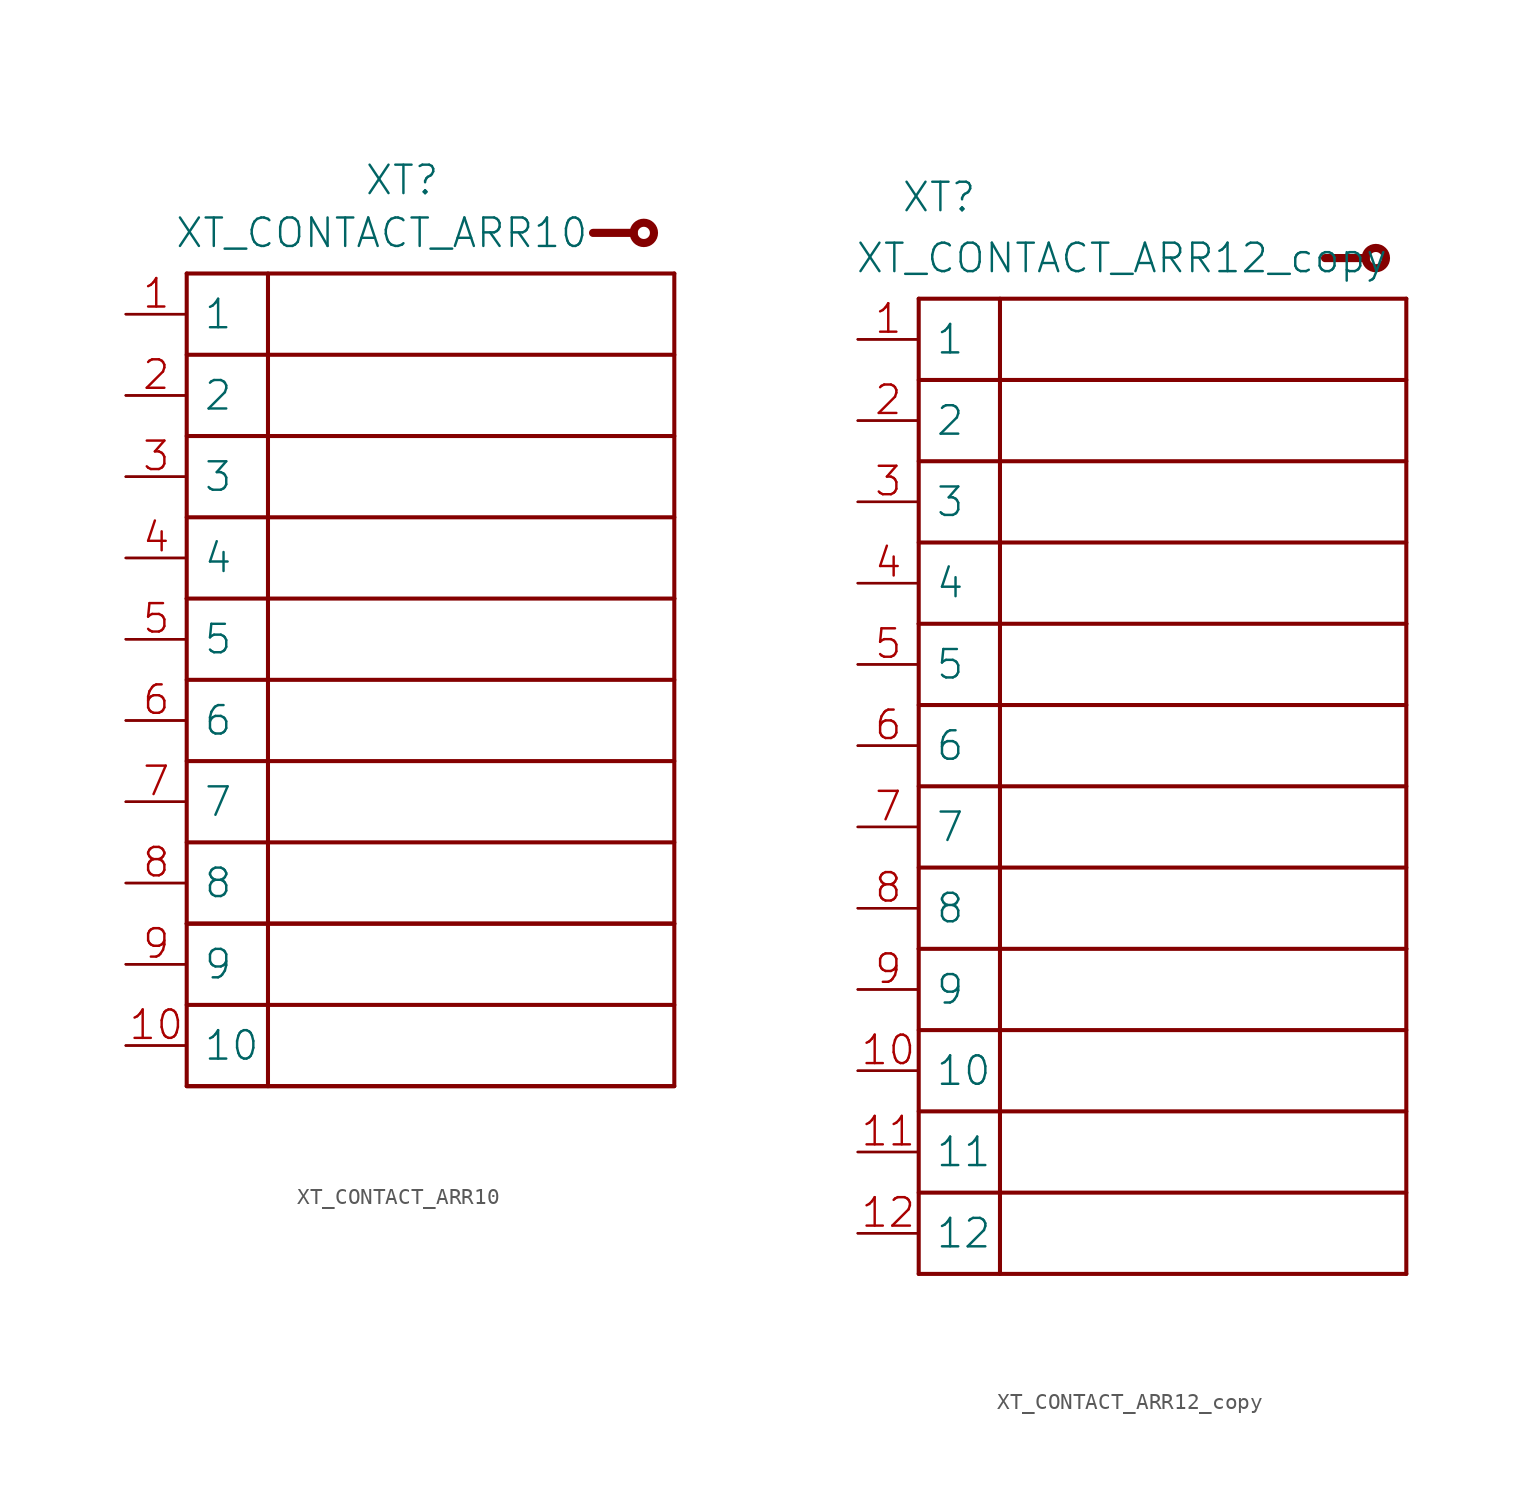
<source format=kicad_sym>
(kicad_symbol_lib
  (version 20211014)
  (generator kicad_symbol_editor)
  (symbol "XT_CONTACT_ARR10"
    (pin_names
      (offset 1.016))
    (property "Reference" "XT"
      (at -0.508 16.002 0)
      (effects (font (size 1.778 1.778))))
    (property "Value" "XT_CONTACT_ARR10"
      (at -1.778 12.7 0)
      (effects (font (size 1.778 1.778))))
    (symbol "XT_CONTACT_ARR10_0_1"
      (rectangle (start -13.97 -30.48) (end 16.51 -40.64) (stroke (width 0.254) (type default) (color 0 0 0 0)) (fill (type none)))
      (polyline (pts (xy -8.89 -30.48) (xy -8.89 -40.64)) (stroke (width 0.254) (type default) (color 0 0 0 0)) (fill (type none)))
      (pin passive line (at -17.78 2.54 0) (length 3.81) (name "2" (effects (font (size 1.778 1.778)))) (number "2" (effects (font (size 1.778 1.778))))))
    (symbol "XT_CONTACT_ARR10_1_1"
      (polyline (pts (xy -17.78 -38.1) (xy -13.97 -38.1)) (stroke (width 0) (type default) (color 0 0 0 0)) (fill (type none)))
      (polyline (pts (xy -17.78 -33.02) (xy -13.97 -33.02)) (stroke (width 0) (type default) (color 0 0 0 0)) (fill (type none)))
      (polyline (pts (xy -17.78 -27.94) (xy -13.97 -27.94)) (stroke (width 0) (type default) (color 0 0 0 0)) (fill (type none)))
      (polyline (pts (xy -17.78 -22.86) (xy -13.97 -22.86)) (stroke (width 0) (type default) (color 0 0 0 0)) (fill (type none)))
      (polyline (pts (xy -17.78 -17.78) (xy -13.97 -17.78)) (stroke (width 0) (type default) (color 0 0 0 0)) (fill (type none)))
      (polyline (pts (xy -17.78 -12.7) (xy -13.97 -12.7)) (stroke (width 0) (type default) (color 0 0 0 0)) (fill (type none)))
      (polyline (pts (xy -17.78 -7.62) (xy -13.97 -7.62)) (stroke (width 0) (type default) (color 0 0 0 0)) (fill (type none)))
      (polyline (pts (xy -17.78 -2.54) (xy -13.97 -2.54)) (stroke (width 0) (type default) (color 0 0 0 0)) (fill (type none)))
      (polyline (pts (xy -17.78 2.54) (xy -13.97 2.54)) (stroke (width 0) (type default) (color 0 0 0 0)) (fill (type none)))
      (polyline (pts (xy -17.78 7.62) (xy -13.97 7.62)) (stroke (width 0) (type default) (color 0 0 0 0)) (fill (type none)))
      (polyline (pts (xy -13.97 -40.64) (xy 16.51 -40.64)) (stroke (width 0.254) (type default) (color 0 0 0 0)) (fill (type none)))
      (polyline (pts (xy -13.97 -35.56) (xy 16.51 -35.56)) (stroke (width 0.254) (type default) (color 0 0 0 0)) (fill (type none)))
      (polyline (pts (xy -13.97 -30.48) (xy 16.51 -30.48)) (stroke (width 0.254) (type default) (color 0 0 0 0)) (fill (type none)))
      (polyline (pts (xy -13.97 -25.4) (xy 16.51 -25.4)) (stroke (width 0.254) (type default) (color 0 0 0 0)) (fill (type none)))
      (polyline (pts (xy -13.97 -20.32) (xy 16.51 -20.32)) (stroke (width 0.254) (type default) (color 0 0 0 0)) (fill (type none)))
      (polyline (pts (xy -13.97 -15.24) (xy 16.51 -15.24)) (stroke (width 0.254) (type default) (color 0 0 0 0)) (fill (type none)))
      (polyline (pts (xy -13.97 -10.16) (xy -13.97 -30.48)) (stroke (width 0.254) (type default) (color 0 0 0 0)) (fill (type none)))
      (polyline (pts (xy -13.97 -10.16) (xy 16.51 -10.16)) (stroke (width 0.254) (type default) (color 0 0 0 0)) (fill (type none)))
      (polyline (pts (xy -13.97 -5.08) (xy 16.51 -5.08)) (stroke (width 0.254) (type default) (color 0 0 0 0)) (fill (type none)))
      (polyline (pts (xy -13.97 0) (xy 16.51 0)) (stroke (width 0.254) (type default) (color 0 0 0 0)) (fill (type none)))
      (polyline (pts (xy -13.97 5.08) (xy 16.51 5.08)) (stroke (width 0.254) (type default) (color 0 0 0 0)) (fill (type none)))
      (polyline (pts (xy -13.97 10.16) (xy -13.97 -10.16)) (stroke (width 0.254) (type default) (color 0 0 0 0)) (fill (type none)))
      (polyline (pts (xy -13.97 10.16) (xy 16.51 10.16)) (stroke (width 0.254) (type default) (color 0 0 0 0)) (fill (type none)))
      (polyline (pts (xy -8.89 -10.16) (xy -8.89 -30.48)) (stroke (width 0.254) (type default) (color 0 0 0 0)) (fill (type none)))
      (polyline (pts (xy -8.89 10.16) (xy -8.89 -10.16)) (stroke (width 0.254) (type default) (color 0 0 0 0)) (fill (type none)))
      (polyline (pts (xy 13.97 12.7) (xy 11.43 12.7)) (stroke (width 0.508) (type default) (color 0 0 0 0)) (fill (type none)))
      (polyline (pts (xy 16.51 -10.16) (xy 16.51 -30.48)) (stroke (width 0.254) (type default) (color 0 0 0 0)) (fill (type none)))
      (polyline (pts (xy 16.51 10.16) (xy 16.51 -10.16)) (stroke (width 0.254) (type default) (color 0 0 0 0)) (fill (type none)))
      (circle (center 14.605 12.7) (radius 0.635) (stroke (width 0.508) (type default) (color 0 0 0 0)) (fill (type none)))
      (pin passive line (at -17.78 7.62 0) (length 3.81) (name "1" (effects (font (size 1.778 1.778)))) (number "1" (effects (font (size 1.778 1.778)))))
      (pin passive line (at -17.78 -38.1 0) (length 3.81) (name "10" (effects (font (size 1.778 1.778)))) (number "10" (effects (font (size 1.778 1.778)))))
      (pin passive line (at -17.78 -2.54 0) (length 3.81) (name "3" (effects (font (size 1.778 1.778)))) (number "3" (effects (font (size 1.778 1.778)))))
      (pin passive line (at -17.78 -7.62 0) (length 3.81) (name "4" (effects (font (size 1.778 1.778)))) (number "4" (effects (font (size 1.778 1.778)))))
      (pin passive line (at -17.78 -12.7 0) (length 3.81) (name "5" (effects (font (size 1.778 1.778)))) (number "5" (effects (font (size 1.778 1.778)))))
      (pin passive line (at -17.78 -17.78 0) (length 3.81) (name "6" (effects (font (size 1.778 1.778)))) (number "6" (effects (font (size 1.778 1.778)))))
      (pin passive line (at -17.78 -22.86 0) (length 3.81) (name "7" (effects (font (size 1.778 1.778)))) (number "7" (effects (font (size 1.778 1.778)))))
      (pin passive line (at -17.78 -27.94 0) (length 3.81) (name "8" (effects (font (size 1.778 1.778)))) (number "8" (effects (font (size 1.778 1.778)))))
      (pin passive line (at -17.78 -33.02 0) (length 3.81) (name "9" (effects (font (size 1.778 1.778)))) (number "9" (effects (font (size 1.778 1.778)))))))
  (symbol "XT_CONTACT_ARR12_copy"
    (pin_names
      (offset 1.016))
    (property "Reference" "XT"
      (at -12.7 16.51 0)
      (effects (font (size 1.778 1.778))))
    (property "Value" "XT_CONTACT_ARR12_copy"
      (at -1.27 12.7 0)
      (effects (font (size 1.778 1.778))))
    (symbol "XT_CONTACT_ARR12_copy_0_1"
      (pin passive line (at -17.78 2.54 0) (length 3.81) (name "2" (effects (font (size 1.778 1.778)))) (number "2" (effects (font (size 1.778 1.778))))))
    (symbol "XT_CONTACT_ARR12_copy_1_1"
      (polyline (pts (xy -17.78 -48.26) (xy -13.97 -48.26)) (stroke (width 0) (type default) (color 0 0 0 0)) (fill (type none)))
      (polyline (pts (xy -17.78 -43.18) (xy -13.97 -43.18)) (stroke (width 0) (type default) (color 0 0 0 0)) (fill (type none)))
      (polyline (pts (xy -17.78 -38.1) (xy -13.97 -38.1)) (stroke (width 0) (type default) (color 0 0 0 0)) (fill (type none)))
      (polyline (pts (xy -17.78 -33.02) (xy -13.97 -33.02)) (stroke (width 0) (type default) (color 0 0 0 0)) (fill (type none)))
      (polyline (pts (xy -17.78 -27.94) (xy -13.97 -27.94)) (stroke (width 0) (type default) (color 0 0 0 0)) (fill (type none)))
      (polyline (pts (xy -17.78 -22.86) (xy -13.97 -22.86)) (stroke (width 0) (type default) (color 0 0 0 0)) (fill (type none)))
      (polyline (pts (xy -17.78 -17.78) (xy -13.97 -17.78)) (stroke (width 0) (type default) (color 0 0 0 0)) (fill (type none)))
      (polyline (pts (xy -17.78 -12.7) (xy -13.97 -12.7)) (stroke (width 0) (type default) (color 0 0 0 0)) (fill (type none)))
      (polyline (pts (xy -17.78 -7.62) (xy -13.97 -7.62)) (stroke (width 0) (type default) (color 0 0 0 0)) (fill (type none)))
      (polyline (pts (xy -17.78 -2.54) (xy -13.97 -2.54)) (stroke (width 0) (type default) (color 0 0 0 0)) (fill (type none)))
      (polyline (pts (xy -17.78 2.54) (xy -13.97 2.54)) (stroke (width 0) (type default) (color 0 0 0 0)) (fill (type none)))
      (polyline (pts (xy -17.78 7.62) (xy -13.97 7.62)) (stroke (width 0) (type default) (color 0 0 0 0)) (fill (type none)))
      (polyline (pts (xy -13.97 -50.8) (xy 16.51 -50.8)) (stroke (width 0.254) (type default) (color 0 0 0 0)) (fill (type none)))
      (polyline (pts (xy -13.97 -45.72) (xy 16.51 -45.72)) (stroke (width 0.254) (type default) (color 0 0 0 0)) (fill (type none)))
      (polyline (pts (xy -13.97 -40.64) (xy 16.51 -40.64)) (stroke (width 0.254) (type default) (color 0 0 0 0)) (fill (type none)))
      (polyline (pts (xy -13.97 -35.56) (xy 16.51 -35.56)) (stroke (width 0.254) (type default) (color 0 0 0 0)) (fill (type none)))
      (polyline (pts (xy -13.97 -30.48) (xy -13.97 -50.8)) (stroke (width 0.254) (type default) (color 0 0 0 0)) (fill (type none)))
      (polyline (pts (xy -13.97 -30.48) (xy 16.51 -30.48)) (stroke (width 0.254) (type default) (color 0 0 0 0)) (fill (type none)))
      (polyline (pts (xy -13.97 -25.4) (xy 16.51 -25.4)) (stroke (width 0.254) (type default) (color 0 0 0 0)) (fill (type none)))
      (polyline (pts (xy -13.97 -20.32) (xy 16.51 -20.32)) (stroke (width 0.254) (type default) (color 0 0 0 0)) (fill (type none)))
      (polyline (pts (xy -13.97 -15.24) (xy 16.51 -15.24)) (stroke (width 0.254) (type default) (color 0 0 0 0)) (fill (type none)))
      (polyline (pts (xy -13.97 -10.16) (xy -13.97 -30.48)) (stroke (width 0.254) (type default) (color 0 0 0 0)) (fill (type none)))
      (polyline (pts (xy -13.97 -10.16) (xy 16.51 -10.16)) (stroke (width 0.254) (type default) (color 0 0 0 0)) (fill (type none)))
      (polyline (pts (xy -13.97 -5.08) (xy 16.51 -5.08)) (stroke (width 0.254) (type default) (color 0 0 0 0)) (fill (type none)))
      (polyline (pts (xy -13.97 0) (xy 16.51 0)) (stroke (width 0.254) (type default) (color 0 0 0 0)) (fill (type none)))
      (polyline (pts (xy -13.97 5.08) (xy 16.51 5.08)) (stroke (width 0.254) (type default) (color 0 0 0 0)) (fill (type none)))
      (polyline (pts (xy -13.97 10.16) (xy -13.97 -10.16)) (stroke (width 0.254) (type default) (color 0 0 0 0)) (fill (type none)))
      (polyline (pts (xy -13.97 10.16) (xy 16.51 10.16)) (stroke (width 0.254) (type default) (color 0 0 0 0)) (fill (type none)))
      (polyline (pts (xy -8.89 -30.48) (xy -8.89 -50.8)) (stroke (width 0.254) (type default) (color 0 0 0 0)) (fill (type none)))
      (polyline (pts (xy -8.89 -10.16) (xy -8.89 -30.48)) (stroke (width 0.254) (type default) (color 0 0 0 0)) (fill (type none)))
      (polyline (pts (xy -8.89 10.16) (xy -8.89 -10.16)) (stroke (width 0.254) (type default) (color 0 0 0 0)) (fill (type none)))
      (polyline (pts (xy 13.97 12.7) (xy 11.43 12.7)) (stroke (width 0.508) (type default) (color 0 0 0 0)) (fill (type none)))
      (polyline (pts (xy 16.51 -30.48) (xy 16.51 -50.8)) (stroke (width 0.254) (type default) (color 0 0 0 0)) (fill (type none)))
      (polyline (pts (xy 16.51 -10.16) (xy 16.51 -30.48)) (stroke (width 0.254) (type default) (color 0 0 0 0)) (fill (type none)))
      (polyline (pts (xy 16.51 10.16) (xy 16.51 -10.16)) (stroke (width 0.254) (type default) (color 0 0 0 0)) (fill (type none)))
      (circle (center 14.605 12.7) (radius 0.635) (stroke (width 0.508) (type default) (color 0 0 0 0)) (fill (type none)))
      (pin passive line (at -17.78 7.62 0) (length 3.81) (name "1" (effects (font (size 1.778 1.778)))) (number "1" (effects (font (size 1.778 1.778)))))
      (pin passive line (at -17.78 -38.1 0) (length 3.81) (name "10" (effects (font (size 1.778 1.778)))) (number "10" (effects (font (size 1.778 1.778)))))
      (pin passive line (at -17.78 -43.18 0) (length 3.81) (name "11" (effects (font (size 1.778 1.778)))) (number "11" (effects (font (size 1.778 1.778)))))
      (pin passive line (at -17.78 -48.26 0) (length 3.81) (name "12" (effects (font (size 1.778 1.778)))) (number "12" (effects (font (size 1.778 1.778)))))
      (pin passive line (at -17.78 -2.54 0) (length 3.81) (name "3" (effects (font (size 1.778 1.778)))) (number "3" (effects (font (size 1.778 1.778)))))
      (pin passive line (at -17.78 -7.62 0) (length 3.81) (name "4" (effects (font (size 1.778 1.778)))) (number "4" (effects (font (size 1.778 1.778)))))
      (pin passive line (at -17.78 -12.7 0) (length 3.81) (name "5" (effects (font (size 1.778 1.778)))) (number "5" (effects (font (size 1.778 1.778)))))
      (pin passive line (at -17.78 -17.78 0) (length 3.81) (name "6" (effects (font (size 1.778 1.778)))) (number "6" (effects (font (size 1.778 1.778)))))
      (pin passive line (at -17.78 -22.86 0) (length 3.81) (name "7" (effects (font (size 1.778 1.778)))) (number "7" (effects (font (size 1.778 1.778)))))
      (pin passive line (at -17.78 -27.94 0) (length 3.81) (name "8" (effects (font (size 1.778 1.778)))) (number "8" (effects (font (size 1.778 1.778)))))
      (pin passive line (at -17.78 -33.02 0) (length 3.81) (name "9" (effects (font (size 1.778 1.778)))) (number "9" (effects (font (size 1.778 1.778))))))))
</source>
